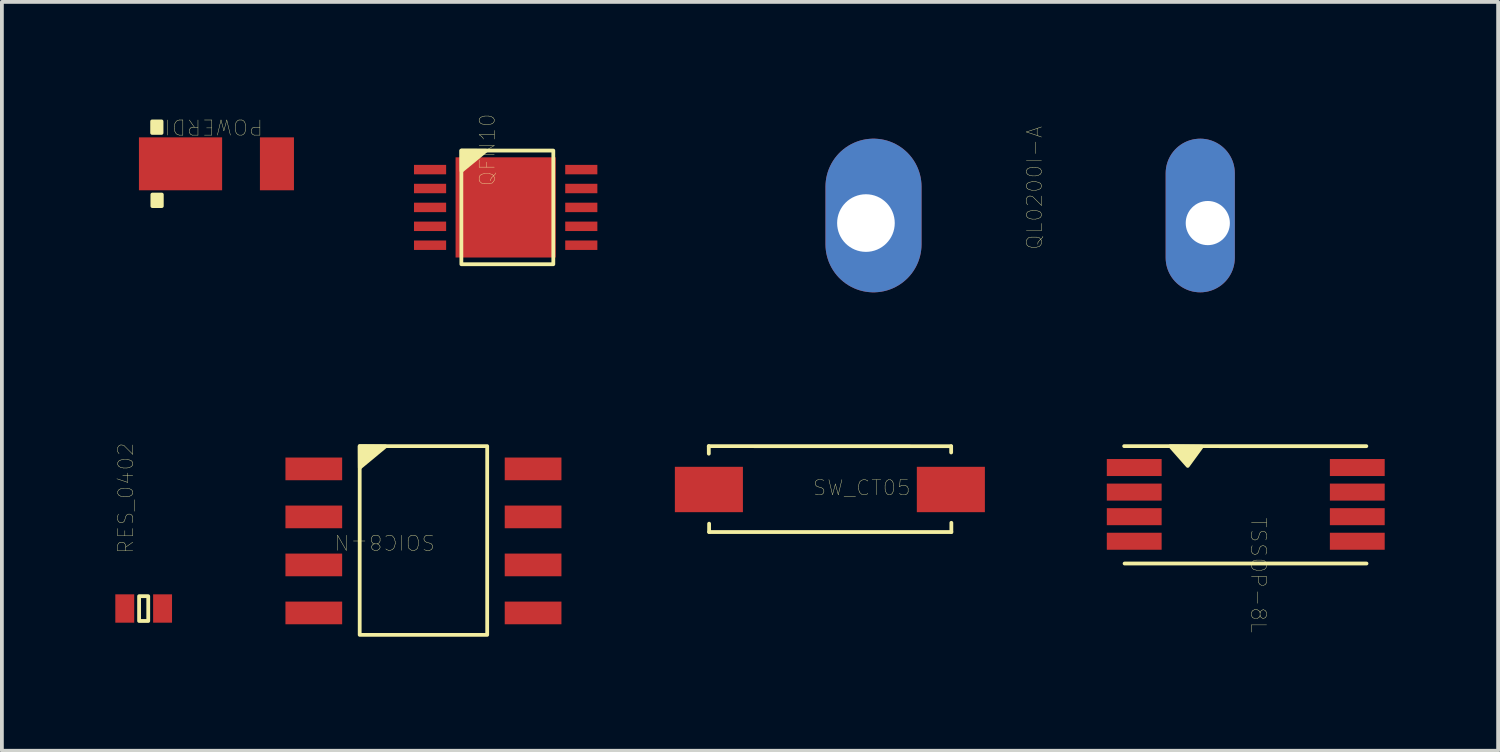
<source format=kicad_pcb>
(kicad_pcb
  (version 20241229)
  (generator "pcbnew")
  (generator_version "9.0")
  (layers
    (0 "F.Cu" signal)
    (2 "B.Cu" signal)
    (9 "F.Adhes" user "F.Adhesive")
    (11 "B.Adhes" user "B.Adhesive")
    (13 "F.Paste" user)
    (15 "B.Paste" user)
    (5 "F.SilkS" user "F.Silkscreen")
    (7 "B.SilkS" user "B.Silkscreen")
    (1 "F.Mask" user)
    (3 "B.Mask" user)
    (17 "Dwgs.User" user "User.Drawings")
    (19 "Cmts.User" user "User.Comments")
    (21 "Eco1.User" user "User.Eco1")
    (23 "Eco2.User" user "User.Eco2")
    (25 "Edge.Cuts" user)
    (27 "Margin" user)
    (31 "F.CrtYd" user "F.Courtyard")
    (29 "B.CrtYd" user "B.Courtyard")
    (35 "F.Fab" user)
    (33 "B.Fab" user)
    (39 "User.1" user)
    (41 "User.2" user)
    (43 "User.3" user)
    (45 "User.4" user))
  (footprint "QL0200I-A"
    (layer "F.Cu")
    (at 19.854 2.85)
    (property "Reference" "QL0200I-A" (at 4.692 0.721 90) (unlocked yes) (layer "F.SilkS") (effects (font (size 0.4 0.4) (thickness 0.01)) (justify left bottom)))
    (fp_line (start 10.246 -2.75) (end -1.254 -2.75) (stroke (width 0.2) (type solid)) (layer "User.5"))
    (fp_line (start 10.246 2.75) (end -1.254 2.75) (stroke (width 0.2) (type solid)) (layer "User.5"))
    (fp_arc (start -1.2542 2.75) (mid -4.0042 0) (end -1.2542 -2.75) (stroke (width 0.2) (type solid)) (layer "User.5"))
    (fp_arc (start 10.24581 -2.75) (mid 12.99581 0) (end 10.24581 2.75) (stroke (width 0.2) (type solid)) (layer "User.5"))
    (fp_text user "+" (at 1.75 0.6 0) (unlocked yes) (layer "User.5") (effects (font (face "Arial") (size 1.26 1.26) (thickness 0.254)) (justify left bottom)))
    (pad "1" thru_hole oval (at 0 0) (size 2.54 4.064) (drill 1.524 (offset 0.2 -0.2)) (layers "*.Cu" "*.Mask"))
    (pad "2" thru_hole oval (at 9.042 0) (size 1.829 4.064) (drill 1.168 (offset -0.2 -0.2)) (layers "*.Cu" "*.Mask")))
  (footprint "SW_CT05"
    (layer "F.Cu")
    (at 18.9 9.897)
    (property "Reference" "SW_CT05" (at -0.47 0.189 0) (unlocked yes) (layer "F.SilkS") (effects (font (size 0.4 0.4) (thickness 0.01)) (justify left bottom)))
    (fp_line (start -3.203 -1.147) (end 3.208 -1.145) (stroke (width 0.1) (type default)) (layer "F.SilkS"))
    (fp_line (start -3.202 -0.947) (end -3.203 -1.147) (stroke (width 0.1) (type default)) (layer "F.SilkS"))
    (fp_line (start -3.194 1.125) (end -3.194 0.904) (stroke (width 0.1) (type default)) (layer "F.SilkS"))
    (fp_line (start 3.208 -1.145) (end 3.208 -0.979) (stroke (width 0.1) (type default)) (layer "F.SilkS"))
    (fp_line (start 3.213 0.881) (end 3.213 1.125) (stroke (width 0.1) (type default)) (layer "F.SilkS"))
    (fp_line (start 3.213 1.125) (end -3.194 1.125) (stroke (width 0.1) (type default)) (layer "F.SilkS"))
    (fp_line (start -3.2 -1.15) (end 3.2 -1.15) (stroke (width 0.05) (type solid)) (layer "User.5"))
    (fp_line (start -3.2 1.15) (end -3.2 -1.15) (stroke (width 0.05) (type solid)) (layer "User.5"))
    (fp_line (start -3.2 1.15) (end 3.2 1.15) (stroke (width 0.05) (type solid)) (layer "User.5"))
    (fp_line (start 3.2 1.15) (end 3.2 -1.15) (stroke (width 0.05) (type solid)) (layer "User.5"))
    (pad "1" smd rect (at -3.2 0) (size 1.8 1.2) (layers "F.Cu" "F.Mask" "F.Paste"))
    (pad "2" smd rect (at 3.2 0) (size 1.8 1.2) (layers "F.Cu" "F.Mask" "F.Paste")))
  (footprint "RES_0402"
    (layer "F.Cu")
    (at 0.75 13.045)
    (property "Reference" "RES_0402" (at -0.239 -1.424 90) (unlocked yes) (layer "F.SilkS") (effects (font (size 0.4 0.4) (thickness 0.01)) (justify left bottom)))
    (fp_rect (start -0.121 -0.326) (end 0.121 0.33) (stroke (width 0.1) (type default)) (fill no) (layer "F.SilkS"))
    (pad "1" smd rect (at -0.5 0) (size 0.5 0.75) (layers "F.Cu" "F.Mask" "F.Paste"))
    (pad "2" smd rect (at 0.5 0) (size 0.5 0.75) (layers "F.Cu" "F.Mask" "F.Paste"))
    (zone (net_name "") (layer "F.Cu") (hatch edge 0.5) (connect_pads) (min_thickness 0.25) (filled_areas_thickness no) (keepout (tracks allowed) (vias allowed) (pads allowed) (copperpour not_allowed) (footprints allowed)) (placement (enabled no)) (fill) (polygon (pts (xy 1.197 12.844) (xy 1.197 13.244) (xy 0.247 13.244) (xy 0.247 12.844)))))
  (footprint "SOIC8-N"
    (layer "F.Cu")
    (at 8.15 11.257)
    (property "Reference" "SOIC8-N" (at 0.326 -0.2 180) (unlocked yes) (layer "F.SilkS") (effects (font (size 0.4 0.4) (thickness 0.01)) (justify left bottom)))
    (fp_rect (start -1.686 -2.507) (end 1.686 2.485) (stroke (width 0.1) (type default)) (fill no) (layer "F.SilkS"))
    (fp_poly (pts (xy -1.686 -2.507) (xy -1.004 -2.501) (xy -1.683 -1.938)) (stroke (width 0.1) (type solid)) (fill yes) (layer "F.SilkS"))
    (fp_line (start -3.1 -2.5) (end -3.1 2.5) (stroke (width 0.1) (type solid)) (layer "User.5"))
    (fp_line (start 3.1 -2.5) (end -3.1 -2.5) (stroke (width 0.1) (type solid)) (layer "User.5"))
    (fp_line (start 3.1 -2.5) (end 3.1 2.5) (stroke (width 0.1) (type solid)) (layer "User.5"))
    (fp_line (start 3.1 2.5) (end -3.1 2.5) (stroke (width 0.1) (type solid)) (layer "User.5"))
    (pad "1" smd rect (at -2.9 -1.905) (size 1.5 0.6) (layers "F.Cu" "F.Mask" "F.Paste"))
    (pad "2" smd rect (at -2.9 -0.635) (size 1.5 0.6) (layers "F.Cu" "F.Mask" "F.Paste"))
    (pad "3" smd rect (at -2.9 0.635) (size 1.5 0.6) (layers "F.Cu" "F.Mask" "F.Paste"))
    (pad "4" smd rect (at -2.9 1.905) (size 1.5 0.6) (layers "F.Cu" "F.Mask" "F.Paste"))
    (pad "5" smd rect (at 2.9 1.905) (size 1.5 0.6) (layers "F.Cu" "F.Mask" "F.Paste"))
    (pad "6" smd rect (at 2.9 0.635) (size 1.5 0.6) (layers "F.Cu" "F.Mask" "F.Paste"))
    (pad "7" smd rect (at 2.9 -0.635) (size 1.5 0.6) (layers "F.Cu" "F.Mask" "F.Paste"))
    (pad "8" smd rect (at 2.9 -1.905) (size 1.5 0.6) (layers "F.Cu" "F.Mask" "F.Paste")))
  (footprint "POWERDI"
    (layer "F.Cu")
    (at 3 1.283)
    (property "Reference" "POWERDI" (at 0.926 -1.209 180) (unlocked yes) (layer "F.SilkS") (effects (font (size 0.4 0.4) (thickness 0.01)) (justify left bottom)))
    (fp_rect (start -2.026 -1.122) (end -1.777 -0.817) (stroke (width 0.1) (type solid)) (fill yes) (layer "F.SilkS"))
    (fp_rect (start -2.02 0.813) (end -1.77 1.118) (stroke (width 0.1) (type solid)) (fill yes) (layer "F.SilkS"))
    (fp_line (start -2.275 0.965) (end -2.275 -0.965) (stroke (width 0.05) (type solid)) (layer "User.6"))
    (fp_line (start -1.95 0.965) (end -1.95 -0.965) (stroke (width 0.05) (type solid)) (layer "User.6"))
    (fp_line (start -1.9 0.965) (end -1.9 -0.965) (stroke (width 0.05) (type solid)) (layer "User.6"))
    (fp_line (start -1.85 0.965) (end -1.85 -0.965) (stroke (width 0.05) (type solid)) (layer "User.6"))
    (fp_line (start 1.625 -0.965) (end -2.275 -0.965) (stroke (width 0.05) (type solid)) (layer "User.6"))
    (fp_line (start 1.625 0.965) (end -2.275 0.965) (stroke (width 0.05) (type solid)) (layer "User.6"))
    (fp_line (start 1.625 0.965) (end 1.625 -0.965) (stroke (width 0.05) (type solid)) (layer "User.6"))
    (fp_poly (pts (xy -1.85 0) (xy -0.9 -0.95) (xy -0.9 0.95)) (stroke (width 0.1) (type default)) (fill no) (layer "User.6"))
    (fp_text user "K" (at -3 0.3 180) (unlocked yes) (layer "User.6") (effects (font (face "Arial") (size 0.63 0.63) (thickness 0.1)) (justify left bottom mirror)))
    (pad "1" smd rect (at -1.275 0 180) (size 2.2 1.4) (layers "F.Cu" "F.Mask" "F.Paste"))
    (pad "2" smd rect (at 1.275 0 180) (size 0.9 1.4) (layers "F.Cu" "F.Mask" "F.Paste")))
  (footprint "QFN10"
    (layer "F.Cu")
    (at 10.325 2.436)
    (property "Reference" "QFN10" (at -0.252 -0.544 90) (unlocked yes) (layer "F.SilkS") (effects (font (size 0.4 0.4) (thickness 0.01)) (justify left bottom)))
    (fp_rect (start -1.172 -1.503) (end 1.26 1.503) (stroke (width 0.1) (type default)) (fill no) (layer "F.SilkS"))
    (fp_poly (pts (xy -1.172 -1.503) (xy -0.519 -1.5) (xy -1.168 -0.967)) (stroke (width 0.1) (type solid)) (fill yes) (layer "F.SilkS"))
    (fp_line (start -2 -1.5) (end -0.2 -1.5) (stroke (width 0.05) (type solid)) (layer "User.6"))
    (fp_line (start -2 1.5) (end -2 -1.5) (stroke (width 0.05) (type solid)) (layer "User.6"))
    (fp_line (start -2 1.5) (end -2 1.5) (stroke (width 0.05) (type solid)) (layer "User.6"))
    (fp_line (start -2 1.5) (end 2 1.5) (stroke (width 0.05) (type solid)) (layer "User.6"))
    (fp_line (start 0.2 -1.5) (end 2 -1.5) (stroke (width 0.05) (type solid)) (layer "User.6"))
    (fp_line (start 2 1.5) (end 2 -1.5) (stroke (width 0.05) (type solid)) (layer "User.6"))
    (fp_arc (start 0.2 -1.5) (mid 0 -1.3) (end -0.2 -1.5) (stroke (width 0.05) (type solid)) (layer "User.6"))
    (fp_text user "1" (at -2.6 -0.9 180) (unlocked yes) (layer "User.6") (effects (font (face "Arial") (size 0.252 0.252) (thickness 0.254)) (justify left bottom mirror)))
    (pad "1" smd rect (at -2 -1 180) (size 0.85 0.25) (layers "F.Cu" "F.Mask" "F.Paste"))
    (pad "2" smd rect (at -2 -0.5 180) (size 0.85 0.25) (layers "F.Cu" "F.Mask" "F.Paste"))
    (pad "3" smd rect (at -2 0 180) (size 0.85 0.25) (layers "F.Cu" "F.Mask" "F.Paste"))
    (pad "4" smd rect (at -2 0.5 180) (size 0.85 0.25) (layers "F.Cu" "F.Mask" "F.Paste"))
    (pad "5" smd rect (at -2 1 180) (size 0.85 0.25) (layers "F.Cu" "F.Mask" "F.Paste"))
    (pad "6" smd rect (at 2 1 180) (size 0.85 0.25) (layers "F.Cu" "F.Mask" "F.Paste"))
    (pad "7" smd rect (at 2 0.5 180) (size 0.85 0.25) (layers "F.Cu" "F.Mask" "F.Paste"))
    (pad "8" smd rect (at 2 0 180) (size 0.85 0.25) (layers "F.Cu" "F.Mask" "F.Paste"))
    (pad "9" smd rect (at 2 -0.5 180) (size 0.85 0.25) (layers "F.Cu" "F.Mask" "F.Paste"))
    (pad "10" smd rect (at 2 -1 180) (size 0.85 0.25) (layers "F.Cu" "F.Mask" "F.Paste"))
    (pad "11" smd rect (at 0 0 180) (size 2.65 2.65) (layers "F.Cu" "F.Mask" "F.Paste")))
  (footprint "TSSOP-8L"
    (layer "F.Cu")
    (at 29.9 10.291)
    (property "Reference" "TSSOP-8L" (at 0.101 0.324 270) (unlocked yes) (layer "F.SilkS") (effects (font (size 0.4 0.4) (thickness 0.01)) (justify left bottom)))
    (fp_line (start -3.216 -1.541) (end 3.189 -1.54) (stroke (width 0.1) (type default)) (layer "F.SilkS"))
    (fp_line (start -3.205 1.564) (end 3.194 1.564) (stroke (width 0.1) (type default)) (layer "F.SilkS"))
    (fp_poly (pts (xy -1.995 -1.539) (xy -1.535 -1.018) (xy -1.163 -1.528)) (stroke (width 0.1) (type solid)) (fill yes) (layer "F.SilkS"))
    (fp_line (start -3.2 -1.55) (end -3.2 1.55) (stroke (width 0.05) (type solid)) (layer "User.6"))
    (fp_line (start -0.3 -1.55) (end -3.2 -1.55) (stroke (width 0.05) (type solid)) (layer "User.6"))
    (fp_line (start 3.2 -1.55) (end 0.3 -1.55) (stroke (width 0.05) (type solid)) (layer "User.6"))
    (fp_line (start 3.2 -1.55) (end 3.2 1.55) (stroke (width 0.05) (type solid)) (layer "User.6"))
    (fp_line (start 3.2 1.55) (end -3.2 1.55) (stroke (width 0.05) (type solid)) (layer "User.6"))
    (fp_arc (start 0.3 -1.55) (mid 0 -1.25) (end -0.3 -1.55) (stroke (width 0.05) (type solid)) (layer "User.6"))
    (fp_text user "1" (at -3.9 -0.8 180) (unlocked yes) (layer "User.6") (effects (font (face "Arial") (size 0.315 0.315) (thickness 0.1)) (justify left bottom mirror)))
    (pad "1" smd rect (at -2.95 -0.975 180) (size 1.45 0.45) (layers "F.Cu" "F.Mask" "F.Paste"))
    (pad "2" smd rect (at -2.95 -0.325 180) (size 1.45 0.45) (layers "F.Cu" "F.Mask" "F.Paste"))
    (pad "3" smd rect (at -2.95 0.325 180) (size 1.45 0.45) (layers "F.Cu" "F.Mask" "F.Paste"))
    (pad "4" smd rect (at -2.95 0.975 180) (size 1.45 0.45) (layers "F.Cu" "F.Mask" "F.Paste"))
    (pad "5" smd rect (at 2.95 0.975 180) (size 1.45 0.45) (layers "F.Cu" "F.Mask" "F.Paste"))
    (pad "6" smd rect (at 2.95 0.325 180) (size 1.45 0.45) (layers "F.Cu" "F.Mask" "F.Paste"))
    (pad "7" smd rect (at 2.95 -0.325 180) (size 1.45 0.45) (layers "F.Cu" "F.Mask" "F.Paste"))
    (pad "8" smd rect (at 2.95 -0.975 180) (size 1.45 0.45) (layers "F.Cu" "F.Mask" "F.Paste")))
  (gr_rect
    (start -3 -3)
    (end 36.575 16.807)
    (stroke (width 0.1) (type default))
    (fill no)
    (layer "Edge.Cuts")))
</source>
